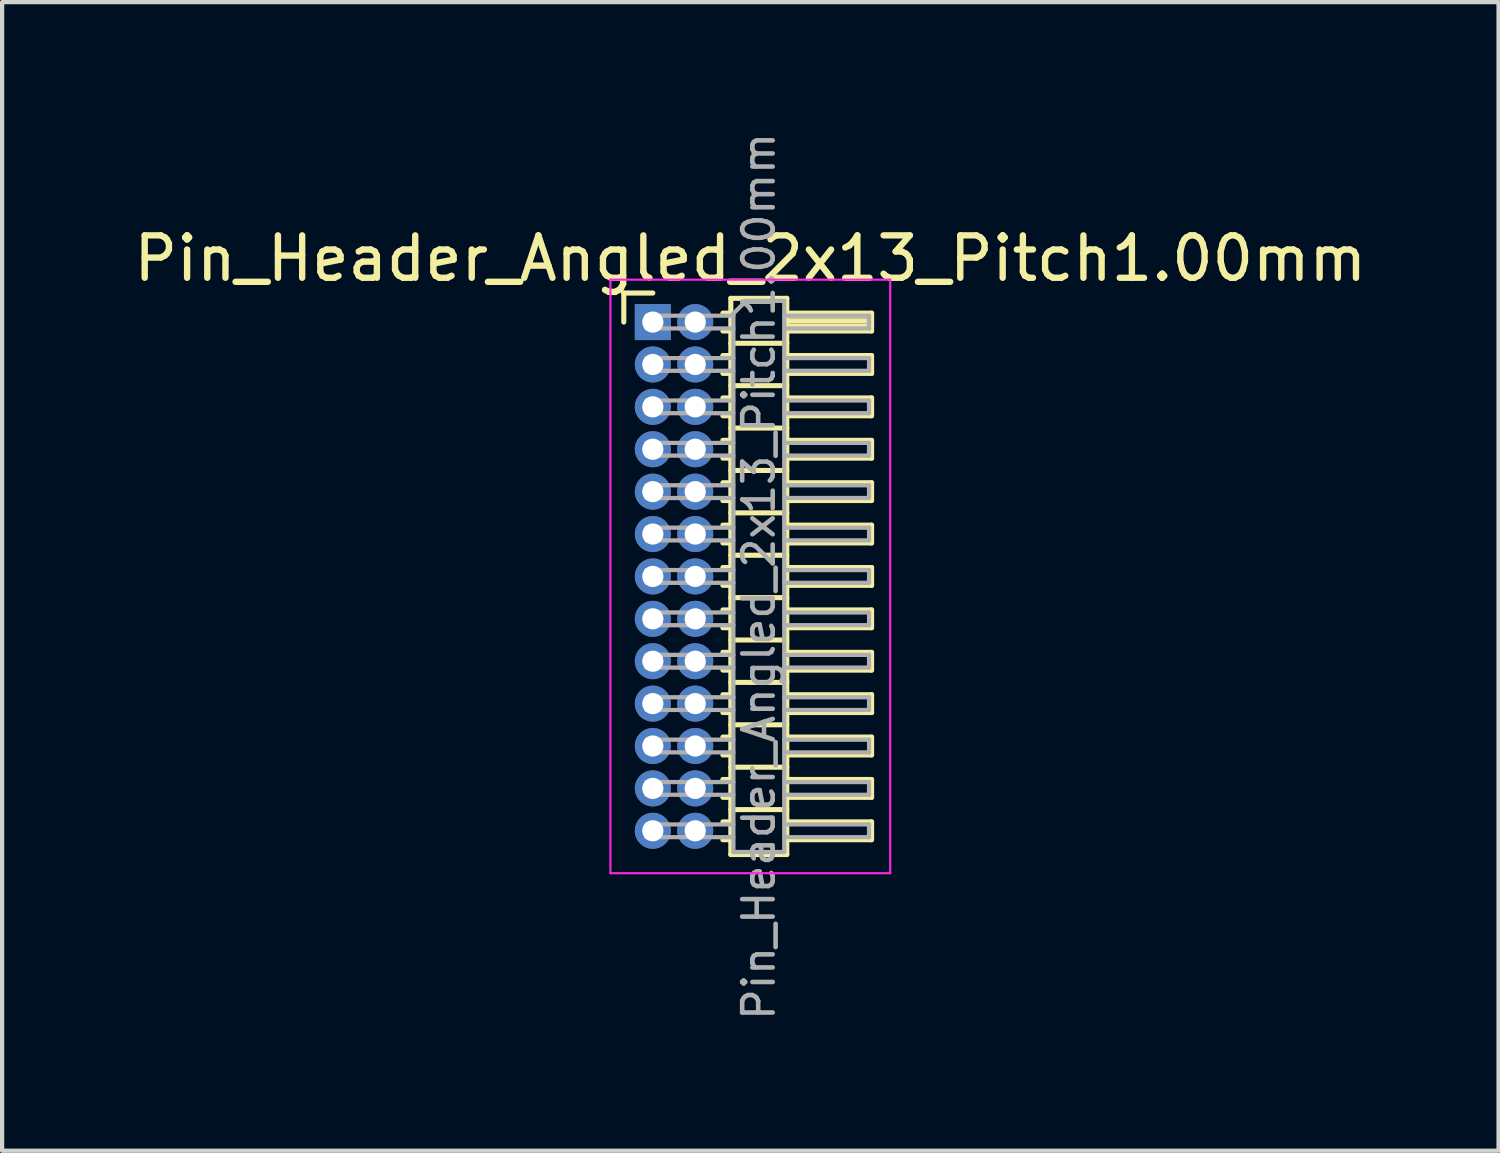
<source format=kicad_pcb>
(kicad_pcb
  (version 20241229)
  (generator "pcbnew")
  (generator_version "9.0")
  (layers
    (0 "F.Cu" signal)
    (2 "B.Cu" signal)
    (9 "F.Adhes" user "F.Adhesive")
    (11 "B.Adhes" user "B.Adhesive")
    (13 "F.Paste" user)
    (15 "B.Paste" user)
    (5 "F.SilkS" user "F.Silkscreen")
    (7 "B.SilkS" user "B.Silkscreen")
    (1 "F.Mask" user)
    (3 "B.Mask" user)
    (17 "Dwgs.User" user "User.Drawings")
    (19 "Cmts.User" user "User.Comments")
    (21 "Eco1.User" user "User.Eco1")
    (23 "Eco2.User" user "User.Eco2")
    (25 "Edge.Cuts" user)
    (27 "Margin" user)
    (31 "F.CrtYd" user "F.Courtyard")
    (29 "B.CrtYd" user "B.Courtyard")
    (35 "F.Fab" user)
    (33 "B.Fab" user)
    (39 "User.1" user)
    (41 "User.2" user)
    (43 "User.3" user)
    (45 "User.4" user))
  (footprint "Pin_Header_Angled_2x13_Pitch1.00mm"
    (layer "F.Cu")
    (at 12.349 4.547)
    (property "Reference" "Pin_Header_Angled_2x13_Pitch1.00mm" (at 2.3 -1.5 0) (layer "F.SilkS") (effects (font (size 1 1) (thickness 0.15))))
    (attr through_hole)
    (fp_line (start -0.685 -0.685) (end 0 -0.685) (stroke (width 0.12) (type solid)) (layer "F.SilkS"))
    (fp_line (start -0.685 0) (end -0.685 -0.685) (stroke (width 0.12) (type solid)) (layer "F.SilkS"))
    (fp_line (start 1.652 -0.21) (end 1.84 -0.21) (stroke (width 0.12) (type solid)) (layer "F.SilkS"))
    (fp_line (start 1.652 0.21) (end 1.84 0.21) (stroke (width 0.12) (type solid)) (layer "F.SilkS"))
    (fp_line (start 1.652 0.79) (end 1.84 0.79) (stroke (width 0.12) (type solid)) (layer "F.SilkS"))
    (fp_line (start 1.652 1.21) (end 1.84 1.21) (stroke (width 0.12) (type solid)) (layer "F.SilkS"))
    (fp_line (start 1.652 1.79) (end 1.84 1.79) (stroke (width 0.12) (type solid)) (layer "F.SilkS"))
    (fp_line (start 1.652 2.21) (end 1.84 2.21) (stroke (width 0.12) (type solid)) (layer "F.SilkS"))
    (fp_line (start 1.652 2.79) (end 1.84 2.79) (stroke (width 0.12) (type solid)) (layer "F.SilkS"))
    (fp_line (start 1.652 3.21) (end 1.84 3.21) (stroke (width 0.12) (type solid)) (layer "F.SilkS"))
    (fp_line (start 1.652 3.79) (end 1.84 3.79) (stroke (width 0.12) (type solid)) (layer "F.SilkS"))
    (fp_line (start 1.652 4.21) (end 1.84 4.21) (stroke (width 0.12) (type solid)) (layer "F.SilkS"))
    (fp_line (start 1.652 4.79) (end 1.84 4.79) (stroke (width 0.12) (type solid)) (layer "F.SilkS"))
    (fp_line (start 1.652 5.21) (end 1.84 5.21) (stroke (width 0.12) (type solid)) (layer "F.SilkS"))
    (fp_line (start 1.652 5.79) (end 1.84 5.79) (stroke (width 0.12) (type solid)) (layer "F.SilkS"))
    (fp_line (start 1.652 6.21) (end 1.84 6.21) (stroke (width 0.12) (type solid)) (layer "F.SilkS"))
    (fp_line (start 1.652 6.79) (end 1.84 6.79) (stroke (width 0.12) (type solid)) (layer "F.SilkS"))
    (fp_line (start 1.652 7.21) (end 1.84 7.21) (stroke (width 0.12) (type solid)) (layer "F.SilkS"))
    (fp_line (start 1.652 7.79) (end 1.84 7.79) (stroke (width 0.12) (type solid)) (layer "F.SilkS"))
    (fp_line (start 1.652 8.21) (end 1.84 8.21) (stroke (width 0.12) (type solid)) (layer "F.SilkS"))
    (fp_line (start 1.652 8.79) (end 1.84 8.79) (stroke (width 0.12) (type solid)) (layer "F.SilkS"))
    (fp_line (start 1.652 9.21) (end 1.84 9.21) (stroke (width 0.12) (type solid)) (layer "F.SilkS"))
    (fp_line (start 1.652 9.79) (end 1.84 9.79) (stroke (width 0.12) (type solid)) (layer "F.SilkS"))
    (fp_line (start 1.652 10.21) (end 1.84 10.21) (stroke (width 0.12) (type solid)) (layer "F.SilkS"))
    (fp_line (start 1.652 10.79) (end 1.84 10.79) (stroke (width 0.12) (type solid)) (layer "F.SilkS"))
    (fp_line (start 1.652 11.21) (end 1.84 11.21) (stroke (width 0.12) (type solid)) (layer "F.SilkS"))
    (fp_line (start 1.652 11.79) (end 1.84 11.79) (stroke (width 0.12) (type solid)) (layer "F.SilkS"))
    (fp_line (start 1.652 12.21) (end 1.84 12.21) (stroke (width 0.12) (type solid)) (layer "F.SilkS"))
    (fp_line (start 1.84 -0.56) (end 1.84 12.56) (stroke (width 0.12) (type solid)) (layer "F.SilkS"))
    (fp_line (start 1.84 0.5) (end 3.16 0.5) (stroke (width 0.12) (type solid)) (layer "F.SilkS"))
    (fp_line (start 1.84 1.5) (end 3.16 1.5) (stroke (width 0.12) (type solid)) (layer "F.SilkS"))
    (fp_line (start 1.84 2.5) (end 3.16 2.5) (stroke (width 0.12) (type solid)) (layer "F.SilkS"))
    (fp_line (start 1.84 3.5) (end 3.16 3.5) (stroke (width 0.12) (type solid)) (layer "F.SilkS"))
    (fp_line (start 1.84 4.5) (end 3.16 4.5) (stroke (width 0.12) (type solid)) (layer "F.SilkS"))
    (fp_line (start 1.84 5.5) (end 3.16 5.5) (stroke (width 0.12) (type solid)) (layer "F.SilkS"))
    (fp_line (start 1.84 6.5) (end 3.16 6.5) (stroke (width 0.12) (type solid)) (layer "F.SilkS"))
    (fp_line (start 1.84 7.5) (end 3.16 7.5) (stroke (width 0.12) (type solid)) (layer "F.SilkS"))
    (fp_line (start 1.84 8.5) (end 3.16 8.5) (stroke (width 0.12) (type solid)) (layer "F.SilkS"))
    (fp_line (start 1.84 9.5) (end 3.16 9.5) (stroke (width 0.12) (type solid)) (layer "F.SilkS"))
    (fp_line (start 1.84 10.5) (end 3.16 10.5) (stroke (width 0.12) (type solid)) (layer "F.SilkS"))
    (fp_line (start 1.84 11.5) (end 3.16 11.5) (stroke (width 0.12) (type solid)) (layer "F.SilkS"))
    (fp_line (start 1.84 12.56) (end 3.16 12.56) (stroke (width 0.12) (type solid)) (layer "F.SilkS"))
    (fp_line (start 3.16 -0.56) (end 1.84 -0.56) (stroke (width 0.12) (type solid)) (layer "F.SilkS"))
    (fp_line (start 3.16 -0.21) (end 5.16 -0.21) (stroke (width 0.12) (type solid)) (layer "F.SilkS"))
    (fp_line (start 3.16 -0.15) (end 5.16 -0.15) (stroke (width 0.12) (type solid)) (layer "F.SilkS"))
    (fp_line (start 3.16 -0.03) (end 5.16 -0.03) (stroke (width 0.12) (type solid)) (layer "F.SilkS"))
    (fp_line (start 3.16 0.09) (end 5.16 0.09) (stroke (width 0.12) (type solid)) (layer "F.SilkS"))
    (fp_line (start 3.16 0.79) (end 5.16 0.79) (stroke (width 0.12) (type solid)) (layer "F.SilkS"))
    (fp_line (start 3.16 1.79) (end 5.16 1.79) (stroke (width 0.12) (type solid)) (layer "F.SilkS"))
    (fp_line (start 3.16 2.79) (end 5.16 2.79) (stroke (width 0.12) (type solid)) (layer "F.SilkS"))
    (fp_line (start 3.16 3.79) (end 5.16 3.79) (stroke (width 0.12) (type solid)) (layer "F.SilkS"))
    (fp_line (start 3.16 4.79) (end 5.16 4.79) (stroke (width 0.12) (type solid)) (layer "F.SilkS"))
    (fp_line (start 3.16 5.79) (end 5.16 5.79) (stroke (width 0.12) (type solid)) (layer "F.SilkS"))
    (fp_line (start 3.16 6.79) (end 5.16 6.79) (stroke (width 0.12) (type solid)) (layer "F.SilkS"))
    (fp_line (start 3.16 7.79) (end 5.16 7.79) (stroke (width 0.12) (type solid)) (layer "F.SilkS"))
    (fp_line (start 3.16 8.79) (end 5.16 8.79) (stroke (width 0.12) (type solid)) (layer "F.SilkS"))
    (fp_line (start 3.16 9.79) (end 5.16 9.79) (stroke (width 0.12) (type solid)) (layer "F.SilkS"))
    (fp_line (start 3.16 10.79) (end 5.16 10.79) (stroke (width 0.12) (type solid)) (layer "F.SilkS"))
    (fp_line (start 3.16 11.79) (end 5.16 11.79) (stroke (width 0.12) (type solid)) (layer "F.SilkS"))
    (fp_line (start 3.16 12.56) (end 3.16 -0.56) (stroke (width 0.12) (type solid)) (layer "F.SilkS"))
    (fp_line (start 5.16 -0.21) (end 5.16 0.21) (stroke (width 0.12) (type solid)) (layer "F.SilkS"))
    (fp_line (start 5.16 0.21) (end 3.16 0.21) (stroke (width 0.12) (type solid)) (layer "F.SilkS"))
    (fp_line (start 5.16 0.79) (end 5.16 1.21) (stroke (width 0.12) (type solid)) (layer "F.SilkS"))
    (fp_line (start 5.16 1.21) (end 3.16 1.21) (stroke (width 0.12) (type solid)) (layer "F.SilkS"))
    (fp_line (start 5.16 1.79) (end 5.16 2.21) (stroke (width 0.12) (type solid)) (layer "F.SilkS"))
    (fp_line (start 5.16 2.21) (end 3.16 2.21) (stroke (width 0.12) (type solid)) (layer "F.SilkS"))
    (fp_line (start 5.16 2.79) (end 5.16 3.21) (stroke (width 0.12) (type solid)) (layer "F.SilkS"))
    (fp_line (start 5.16 3.21) (end 3.16 3.21) (stroke (width 0.12) (type solid)) (layer "F.SilkS"))
    (fp_line (start 5.16 3.79) (end 5.16 4.21) (stroke (width 0.12) (type solid)) (layer "F.SilkS"))
    (fp_line (start 5.16 4.21) (end 3.16 4.21) (stroke (width 0.12) (type solid)) (layer "F.SilkS"))
    (fp_line (start 5.16 4.79) (end 5.16 5.21) (stroke (width 0.12) (type solid)) (layer "F.SilkS"))
    (fp_line (start 5.16 5.21) (end 3.16 5.21) (stroke (width 0.12) (type solid)) (layer "F.SilkS"))
    (fp_line (start 5.16 5.79) (end 5.16 6.21) (stroke (width 0.12) (type solid)) (layer "F.SilkS"))
    (fp_line (start 5.16 6.21) (end 3.16 6.21) (stroke (width 0.12) (type solid)) (layer "F.SilkS"))
    (fp_line (start 5.16 6.79) (end 5.16 7.21) (stroke (width 0.12) (type solid)) (layer "F.SilkS"))
    (fp_line (start 5.16 7.21) (end 3.16 7.21) (stroke (width 0.12) (type solid)) (layer "F.SilkS"))
    (fp_line (start 5.16 7.79) (end 5.16 8.21) (stroke (width 0.12) (type solid)) (layer "F.SilkS"))
    (fp_line (start 5.16 8.21) (end 3.16 8.21) (stroke (width 0.12) (type solid)) (layer "F.SilkS"))
    (fp_line (start 5.16 8.79) (end 5.16 9.21) (stroke (width 0.12) (type solid)) (layer "F.SilkS"))
    (fp_line (start 5.16 9.21) (end 3.16 9.21) (stroke (width 0.12) (type solid)) (layer "F.SilkS"))
    (fp_line (start 5.16 9.79) (end 5.16 10.21) (stroke (width 0.12) (type solid)) (layer "F.SilkS"))
    (fp_line (start 5.16 10.21) (end 3.16 10.21) (stroke (width 0.12) (type solid)) (layer "F.SilkS"))
    (fp_line (start 5.16 10.79) (end 5.16 11.21) (stroke (width 0.12) (type solid)) (layer "F.SilkS"))
    (fp_line (start 5.16 11.21) (end 3.16 11.21) (stroke (width 0.12) (type solid)) (layer "F.SilkS"))
    (fp_line (start 5.16 11.79) (end 5.16 12.21) (stroke (width 0.12) (type solid)) (layer "F.SilkS"))
    (fp_line (start 5.16 12.21) (end 3.16 12.21) (stroke (width 0.12) (type solid)) (layer "F.SilkS"))
    (fp_line (start -1 -1) (end -1 13) (stroke (width 0.05) (type solid)) (layer "F.CrtYd"))
    (fp_line (start -1 13) (end 5.6 13) (stroke (width 0.05) (type solid)) (layer "F.CrtYd"))
    (fp_line (start 5.6 -1) (end -1 -1) (stroke (width 0.05) (type solid)) (layer "F.CrtYd"))
    (fp_line (start 5.6 13) (end 5.6 -1) (stroke (width 0.05) (type solid)) (layer "F.CrtYd"))
    (fp_line (start -0.15 -0.15) (end -0.15 0.15) (stroke (width 0.1) (type solid)) (layer "F.Fab"))
    (fp_line (start -0.15 -0.15) (end 1.9 -0.15) (stroke (width 0.1) (type solid)) (layer "F.Fab"))
    (fp_line (start -0.15 0.15) (end 1.9 0.15) (stroke (width 0.1) (type solid)) (layer "F.Fab"))
    (fp_line (start -0.15 0.85) (end -0.15 1.15) (stroke (width 0.1) (type solid)) (layer "F.Fab"))
    (fp_line (start -0.15 0.85) (end 1.9 0.85) (stroke (width 0.1) (type solid)) (layer "F.Fab"))
    (fp_line (start -0.15 1.15) (end 1.9 1.15) (stroke (width 0.1) (type solid)) (layer "F.Fab"))
    (fp_line (start -0.15 1.85) (end -0.15 2.15) (stroke (width 0.1) (type solid)) (layer "F.Fab"))
    (fp_line (start -0.15 1.85) (end 1.9 1.85) (stroke (width 0.1) (type solid)) (layer "F.Fab"))
    (fp_line (start -0.15 2.15) (end 1.9 2.15) (stroke (width 0.1) (type solid)) (layer "F.Fab"))
    (fp_line (start -0.15 2.85) (end -0.15 3.15) (stroke (width 0.1) (type solid)) (layer "F.Fab"))
    (fp_line (start -0.15 2.85) (end 1.9 2.85) (stroke (width 0.1) (type solid)) (layer "F.Fab"))
    (fp_line (start -0.15 3.15) (end 1.9 3.15) (stroke (width 0.1) (type solid)) (layer "F.Fab"))
    (fp_line (start -0.15 3.85) (end -0.15 4.15) (stroke (width 0.1) (type solid)) (layer "F.Fab"))
    (fp_line (start -0.15 3.85) (end 1.9 3.85) (stroke (width 0.1) (type solid)) (layer "F.Fab"))
    (fp_line (start -0.15 4.15) (end 1.9 4.15) (stroke (width 0.1) (type solid)) (layer "F.Fab"))
    (fp_line (start -0.15 4.85) (end -0.15 5.15) (stroke (width 0.1) (type solid)) (layer "F.Fab"))
    (fp_line (start -0.15 4.85) (end 1.9 4.85) (stroke (width 0.1) (type solid)) (layer "F.Fab"))
    (fp_line (start -0.15 5.15) (end 1.9 5.15) (stroke (width 0.1) (type solid)) (layer "F.Fab"))
    (fp_line (start -0.15 5.85) (end -0.15 6.15) (stroke (width 0.1) (type solid)) (layer "F.Fab"))
    (fp_line (start -0.15 5.85) (end 1.9 5.85) (stroke (width 0.1) (type solid)) (layer "F.Fab"))
    (fp_line (start -0.15 6.15) (end 1.9 6.15) (stroke (width 0.1) (type solid)) (layer "F.Fab"))
    (fp_line (start -0.15 6.85) (end -0.15 7.15) (stroke (width 0.1) (type solid)) (layer "F.Fab"))
    (fp_line (start -0.15 6.85) (end 1.9 6.85) (stroke (width 0.1) (type solid)) (layer "F.Fab"))
    (fp_line (start -0.15 7.15) (end 1.9 7.15) (stroke (width 0.1) (type solid)) (layer "F.Fab"))
    (fp_line (start -0.15 7.85) (end -0.15 8.15) (stroke (width 0.1) (type solid)) (layer "F.Fab"))
    (fp_line (start -0.15 7.85) (end 1.9 7.85) (stroke (width 0.1) (type solid)) (layer "F.Fab"))
    (fp_line (start -0.15 8.15) (end 1.9 8.15) (stroke (width 0.1) (type solid)) (layer "F.Fab"))
    (fp_line (start -0.15 8.85) (end -0.15 9.15) (stroke (width 0.1) (type solid)) (layer "F.Fab"))
    (fp_line (start -0.15 8.85) (end 1.9 8.85) (stroke (width 0.1) (type solid)) (layer "F.Fab"))
    (fp_line (start -0.15 9.15) (end 1.9 9.15) (stroke (width 0.1) (type solid)) (layer "F.Fab"))
    (fp_line (start -0.15 9.85) (end -0.15 10.15) (stroke (width 0.1) (type solid)) (layer "F.Fab"))
    (fp_line (start -0.15 9.85) (end 1.9 9.85) (stroke (width 0.1) (type solid)) (layer "F.Fab"))
    (fp_line (start -0.15 10.15) (end 1.9 10.15) (stroke (width 0.1) (type solid)) (layer "F.Fab"))
    (fp_line (start -0.15 10.85) (end -0.15 11.15) (stroke (width 0.1) (type solid)) (layer "F.Fab"))
    (fp_line (start -0.15 10.85) (end 1.9 10.85) (stroke (width 0.1) (type solid)) (layer "F.Fab"))
    (fp_line (start -0.15 11.15) (end 1.9 11.15) (stroke (width 0.1) (type solid)) (layer "F.Fab"))
    (fp_line (start -0.15 11.85) (end -0.15 12.15) (stroke (width 0.1) (type solid)) (layer "F.Fab"))
    (fp_line (start -0.15 11.85) (end 1.9 11.85) (stroke (width 0.1) (type solid)) (layer "F.Fab"))
    (fp_line (start -0.15 12.15) (end 1.9 12.15) (stroke (width 0.1) (type solid)) (layer "F.Fab"))
    (fp_line (start 1.9 -0.2) (end 2.2 -0.5) (stroke (width 0.1) (type solid)) (layer "F.Fab"))
    (fp_line (start 1.9 12.5) (end 1.9 -0.2) (stroke (width 0.1) (type solid)) (layer "F.Fab"))
    (fp_line (start 2.2 -0.5) (end 3.1 -0.5) (stroke (width 0.1) (type solid)) (layer "F.Fab"))
    (fp_line (start 3.1 -0.5) (end 3.1 12.5) (stroke (width 0.1) (type solid)) (layer "F.Fab"))
    (fp_line (start 3.1 -0.15) (end 5.1 -0.15) (stroke (width 0.1) (type solid)) (layer "F.Fab"))
    (fp_line (start 3.1 0.15) (end 5.1 0.15) (stroke (width 0.1) (type solid)) (layer "F.Fab"))
    (fp_line (start 3.1 0.85) (end 5.1 0.85) (stroke (width 0.1) (type solid)) (layer "F.Fab"))
    (fp_line (start 3.1 1.15) (end 5.1 1.15) (stroke (width 0.1) (type solid)) (layer "F.Fab"))
    (fp_line (start 3.1 1.85) (end 5.1 1.85) (stroke (width 0.1) (type solid)) (layer "F.Fab"))
    (fp_line (start 3.1 2.15) (end 5.1 2.15) (stroke (width 0.1) (type solid)) (layer "F.Fab"))
    (fp_line (start 3.1 2.85) (end 5.1 2.85) (stroke (width 0.1) (type solid)) (layer "F.Fab"))
    (fp_line (start 3.1 3.15) (end 5.1 3.15) (stroke (width 0.1) (type solid)) (layer "F.Fab"))
    (fp_line (start 3.1 3.85) (end 5.1 3.85) (stroke (width 0.1) (type solid)) (layer "F.Fab"))
    (fp_line (start 3.1 4.15) (end 5.1 4.15) (stroke (width 0.1) (type solid)) (layer "F.Fab"))
    (fp_line (start 3.1 4.85) (end 5.1 4.85) (stroke (width 0.1) (type solid)) (layer "F.Fab"))
    (fp_line (start 3.1 5.15) (end 5.1 5.15) (stroke (width 0.1) (type solid)) (layer "F.Fab"))
    (fp_line (start 3.1 5.85) (end 5.1 5.85) (stroke (width 0.1) (type solid)) (layer "F.Fab"))
    (fp_line (start 3.1 6.15) (end 5.1 6.15) (stroke (width 0.1) (type solid)) (layer "F.Fab"))
    (fp_line (start 3.1 6.85) (end 5.1 6.85) (stroke (width 0.1) (type solid)) (layer "F.Fab"))
    (fp_line (start 3.1 7.15) (end 5.1 7.15) (stroke (width 0.1) (type solid)) (layer "F.Fab"))
    (fp_line (start 3.1 7.85) (end 5.1 7.85) (stroke (width 0.1) (type solid)) (layer "F.Fab"))
    (fp_line (start 3.1 8.15) (end 5.1 8.15) (stroke (width 0.1) (type solid)) (layer "F.Fab"))
    (fp_line (start 3.1 8.85) (end 5.1 8.85) (stroke (width 0.1) (type solid)) (layer "F.Fab"))
    (fp_line (start 3.1 9.15) (end 5.1 9.15) (stroke (width 0.1) (type solid)) (layer "F.Fab"))
    (fp_line (start 3.1 9.85) (end 5.1 9.85) (stroke (width 0.1) (type solid)) (layer "F.Fab"))
    (fp_line (start 3.1 10.15) (end 5.1 10.15) (stroke (width 0.1) (type solid)) (layer "F.Fab"))
    (fp_line (start 3.1 10.85) (end 5.1 10.85) (stroke (width 0.1) (type solid)) (layer "F.Fab"))
    (fp_line (start 3.1 11.15) (end 5.1 11.15) (stroke (width 0.1) (type solid)) (layer "F.Fab"))
    (fp_line (start 3.1 11.85) (end 5.1 11.85) (stroke (width 0.1) (type solid)) (layer "F.Fab"))
    (fp_line (start 3.1 12.15) (end 5.1 12.15) (stroke (width 0.1) (type solid)) (layer "F.Fab"))
    (fp_line (start 3.1 12.5) (end 1.9 12.5) (stroke (width 0.1) (type solid)) (layer "F.Fab"))
    (fp_line (start 5.1 -0.15) (end 5.1 0.15) (stroke (width 0.1) (type solid)) (layer "F.Fab"))
    (fp_line (start 5.1 0.85) (end 5.1 1.15) (stroke (width 0.1) (type solid)) (layer "F.Fab"))
    (fp_line (start 5.1 1.85) (end 5.1 2.15) (stroke (width 0.1) (type solid)) (layer "F.Fab"))
    (fp_line (start 5.1 2.85) (end 5.1 3.15) (stroke (width 0.1) (type solid)) (layer "F.Fab"))
    (fp_line (start 5.1 3.85) (end 5.1 4.15) (stroke (width 0.1) (type solid)) (layer "F.Fab"))
    (fp_line (start 5.1 4.85) (end 5.1 5.15) (stroke (width 0.1) (type solid)) (layer "F.Fab"))
    (fp_line (start 5.1 5.85) (end 5.1 6.15) (stroke (width 0.1) (type solid)) (layer "F.Fab"))
    (fp_line (start 5.1 6.85) (end 5.1 7.15) (stroke (width 0.1) (type solid)) (layer "F.Fab"))
    (fp_line (start 5.1 7.85) (end 5.1 8.15) (stroke (width 0.1) (type solid)) (layer "F.Fab"))
    (fp_line (start 5.1 8.85) (end 5.1 9.15) (stroke (width 0.1) (type solid)) (layer "F.Fab"))
    (fp_line (start 5.1 9.85) (end 5.1 10.15) (stroke (width 0.1) (type solid)) (layer "F.Fab"))
    (fp_line (start 5.1 10.85) (end 5.1 11.15) (stroke (width 0.1) (type solid)) (layer "F.Fab"))
    (fp_line (start 5.1 11.85) (end 5.1 12.15) (stroke (width 0.1) (type solid)) (layer "F.Fab"))
    (fp_text user "${REFERENCE}" (at 2.5 6 90) (layer "F.Fab") (effects (font (size 0.72 0.72) (thickness 0.108))))
    (pad "1" thru_hole rect (at 0 0) (size 0.85 0.85) (drill 0.5) (layers "*.Cu" "*.Mask"))
    (pad "2" thru_hole oval (at 1 0) (size 0.85 0.85) (drill 0.5) (layers "*.Cu" "*.Mask"))
    (pad "3" thru_hole oval (at 0 1) (size 0.85 0.85) (drill 0.5) (layers "*.Cu" "*.Mask"))
    (pad "4" thru_hole oval (at 1 1) (size 0.85 0.85) (drill 0.5) (layers "*.Cu" "*.Mask"))
    (pad "5" thru_hole oval (at 0 2) (size 0.85 0.85) (drill 0.5) (layers "*.Cu" "*.Mask"))
    (pad "6" thru_hole oval (at 1 2) (size 0.85 0.85) (drill 0.5) (layers "*.Cu" "*.Mask"))
    (pad "7" thru_hole oval (at 0 3) (size 0.85 0.85) (drill 0.5) (layers "*.Cu" "*.Mask"))
    (pad "8" thru_hole oval (at 1 3) (size 0.85 0.85) (drill 0.5) (layers "*.Cu" "*.Mask"))
    (pad "9" thru_hole oval (at 0 4) (size 0.85 0.85) (drill 0.5) (layers "*.Cu" "*.Mask"))
    (pad "10" thru_hole oval (at 1 4) (size 0.85 0.85) (drill 0.5) (layers "*.Cu" "*.Mask"))
    (pad "11" thru_hole oval (at 0 5) (size 0.85 0.85) (drill 0.5) (layers "*.Cu" "*.Mask"))
    (pad "12" thru_hole oval (at 1 5) (size 0.85 0.85) (drill 0.5) (layers "*.Cu" "*.Mask"))
    (pad "13" thru_hole oval (at 0 6) (size 0.85 0.85) (drill 0.5) (layers "*.Cu" "*.Mask"))
    (pad "14" thru_hole oval (at 1 6) (size 0.85 0.85) (drill 0.5) (layers "*.Cu" "*.Mask"))
    (pad "15" thru_hole oval (at 0 7) (size 0.85 0.85) (drill 0.5) (layers "*.Cu" "*.Mask"))
    (pad "16" thru_hole oval (at 1 7) (size 0.85 0.85) (drill 0.5) (layers "*.Cu" "*.Mask"))
    (pad "17" thru_hole oval (at 0 8) (size 0.85 0.85) (drill 0.5) (layers "*.Cu" "*.Mask"))
    (pad "18" thru_hole oval (at 1 8) (size 0.85 0.85) (drill 0.5) (layers "*.Cu" "*.Mask"))
    (pad "19" thru_hole oval (at 0 9) (size 0.85 0.85) (drill 0.5) (layers "*.Cu" "*.Mask"))
    (pad "20" thru_hole oval (at 1 9) (size 0.85 0.85) (drill 0.5) (layers "*.Cu" "*.Mask"))
    (pad "21" thru_hole oval (at 0 10) (size 0.85 0.85) (drill 0.5) (layers "*.Cu" "*.Mask"))
    (pad "22" thru_hole oval (at 1 10) (size 0.85 0.85) (drill 0.5) (layers "*.Cu" "*.Mask"))
    (pad "23" thru_hole oval (at 0 11) (size 0.85 0.85) (drill 0.5) (layers "*.Cu" "*.Mask"))
    (pad "24" thru_hole oval (at 1 11) (size 0.85 0.85) (drill 0.5) (layers "*.Cu" "*.Mask"))
    (pad "25" thru_hole oval (at 0 12) (size 0.85 0.85) (drill 0.5) (layers "*.Cu" "*.Mask"))
    (pad "26" thru_hole oval (at 1 12) (size 0.85 0.85) (drill 0.5) (layers "*.Cu" "*.Mask")))
  (gr_rect
    (start -3 -3)
    (end 32.298 24.094)
    (stroke (width 0.1) (type default))
    (fill no)
    (layer "Edge.Cuts")))
</source>
